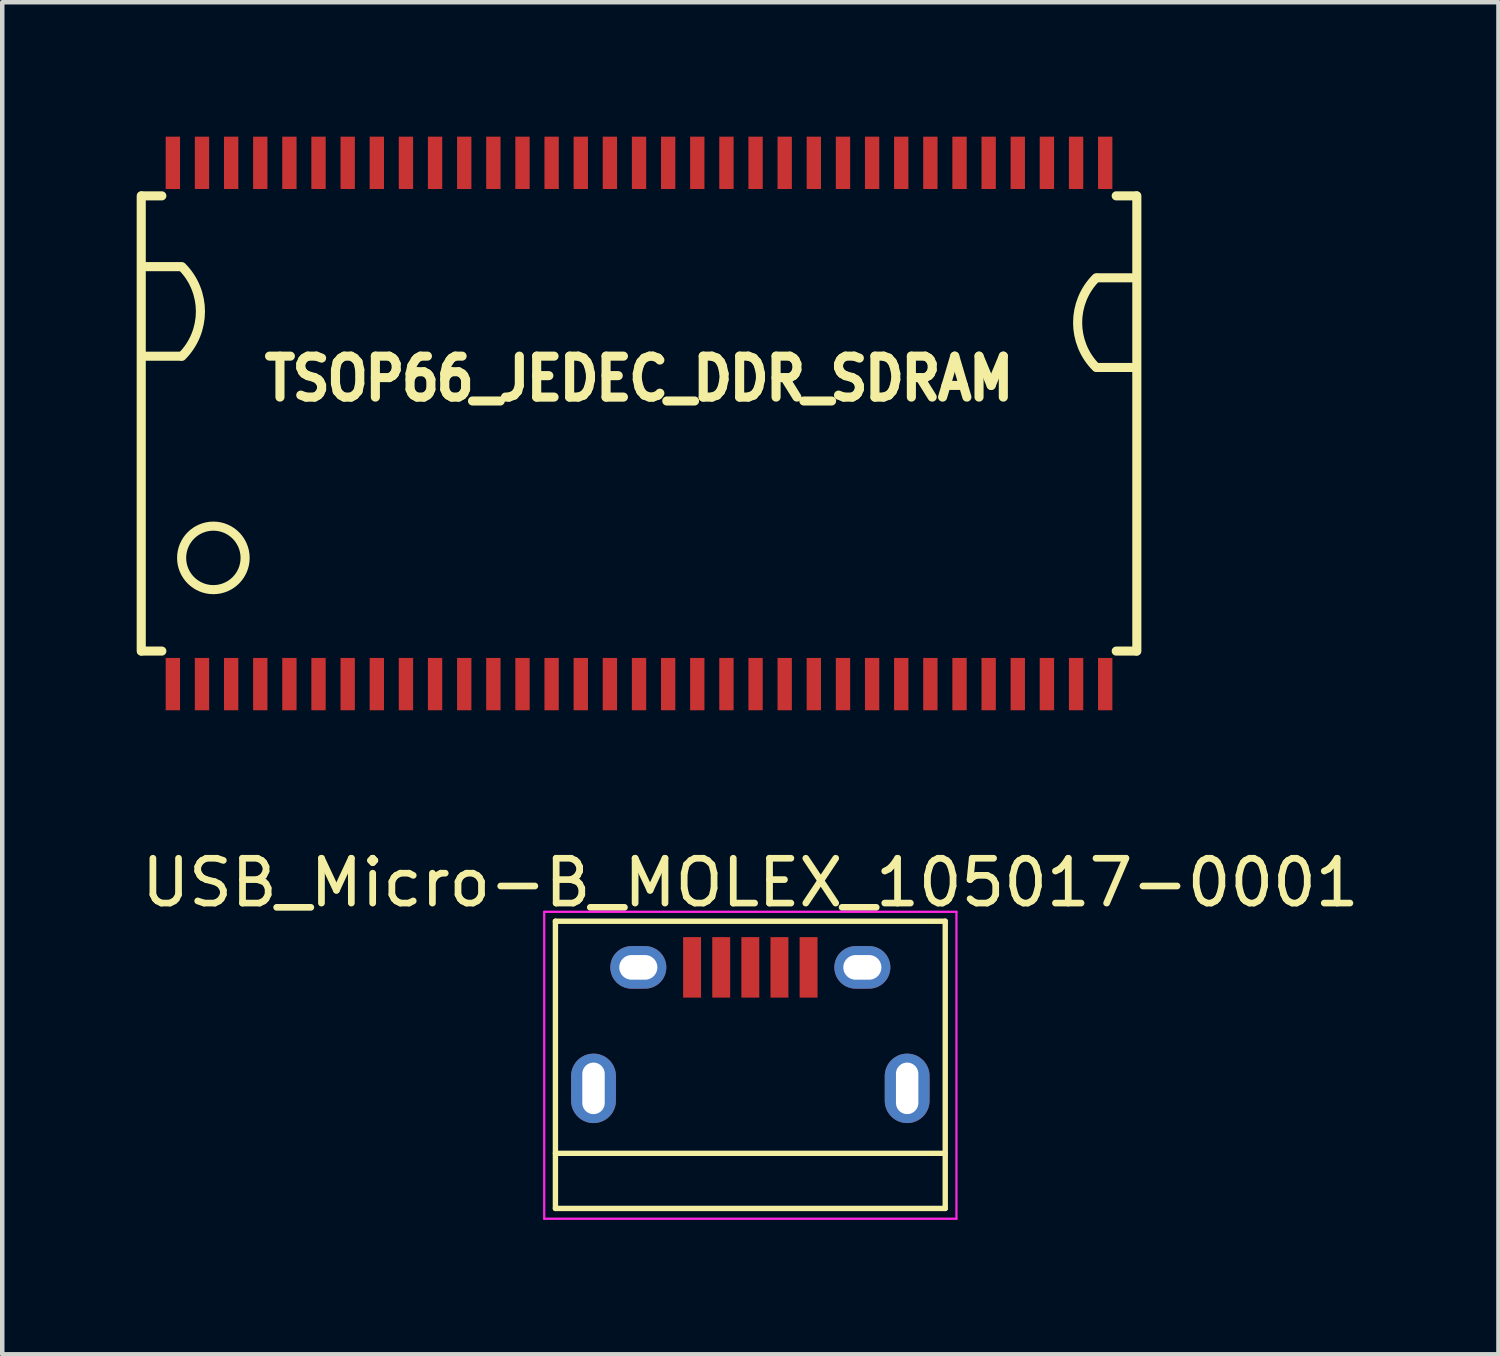
<source format=kicad_pcb>
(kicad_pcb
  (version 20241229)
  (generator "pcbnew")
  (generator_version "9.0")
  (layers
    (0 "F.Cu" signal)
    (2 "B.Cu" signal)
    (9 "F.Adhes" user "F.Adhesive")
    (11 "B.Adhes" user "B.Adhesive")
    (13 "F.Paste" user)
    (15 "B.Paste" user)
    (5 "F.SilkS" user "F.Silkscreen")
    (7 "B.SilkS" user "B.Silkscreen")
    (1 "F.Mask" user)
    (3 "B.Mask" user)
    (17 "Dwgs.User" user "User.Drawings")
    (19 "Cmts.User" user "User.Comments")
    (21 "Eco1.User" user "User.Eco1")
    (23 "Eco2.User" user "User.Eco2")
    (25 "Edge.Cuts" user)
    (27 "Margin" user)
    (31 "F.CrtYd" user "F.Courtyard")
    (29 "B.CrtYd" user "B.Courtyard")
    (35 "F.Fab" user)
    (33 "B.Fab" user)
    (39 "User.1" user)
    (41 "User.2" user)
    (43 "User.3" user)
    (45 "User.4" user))
  (footprint "TSOP66_JEDEC_DDR_SDRAM"
    (layer "F.Cu")
    (at 11.212 6.401)
    (property "Reference" "TSOP66_JEDEC_DDR_SDRAM" (at 0 -1.001 0) (layer "F.SilkS") (effects (font (size 0.914 0.813) (thickness 0.203))))
    (attr smd)
    (fp_line (start -11.11 -5.08) (end -11.11 5.08) (stroke (width 0.203) (type solid)) (layer "F.SilkS"))
    (fp_line (start -11.1 -5.08) (end -10.65 -5.08) (stroke (width 0.203) (type solid)) (layer "F.SilkS"))
    (fp_line (start -11.1 5.08) (end -10.65 5.08) (stroke (width 0.203) (type solid)) (layer "F.SilkS"))
    (fp_line (start -10.249 -3.5) (end -11.001 -3.5) (stroke (width 0.203) (type solid)) (layer "F.SilkS"))
    (fp_line (start -10.249 -1.501) (end -11.001 -1.501) (stroke (width 0.203) (type solid)) (layer "F.SilkS"))
    (fp_line (start 10.249 -3.251) (end 11.001 -3.251) (stroke (width 0.203) (type solid)) (layer "F.SilkS"))
    (fp_line (start 10.249 -1.25) (end 11.001 -1.25) (stroke (width 0.203) (type solid)) (layer "F.SilkS"))
    (fp_line (start 11.1 -5.08) (end 10.65 -5.08) (stroke (width 0.203) (type solid)) (layer "F.SilkS"))
    (fp_line (start 11.1 5.08) (end 10.65 5.08) (stroke (width 0.203) (type solid)) (layer "F.SilkS"))
    (fp_line (start 11.11 -5.08) (end 11.11 5.08) (stroke (width 0.203) (type solid)) (layer "F.SilkS"))
    (fp_arc (start -10.20318 -3.50012) (mid -9.788652 -2.49936) (end -10.20318 -1.4986) (stroke (width 0.2032) (type solid)) (layer "F.SilkS"))
    (fp_arc (start 10.20318 -1.24968) (mid 9.788652 -2.25044) (end 10.20318 -3.2512) (stroke (width 0.2032) (type solid)) (layer "F.SilkS"))
    (fp_circle (center -9.5 3) (end -8.999 2.499) (stroke (width 0.203) (type solid)) (fill no) (layer "F.SilkS"))
    (pad "1" smd rect (at -10.404 5.817) (size 0.32 1.168) (layers "F.Cu" "F.Mask" "F.Paste"))
    (pad "2" smd rect (at -9.754 5.817) (size 0.32 1.168) (layers "F.Cu" "F.Mask" "F.Paste"))
    (pad "3" smd rect (at -9.103 5.817) (size 0.32 1.168) (layers "F.Cu" "F.Mask" "F.Paste"))
    (pad "4" smd rect (at -8.453 5.817) (size 0.32 1.168) (layers "F.Cu" "F.Mask" "F.Paste"))
    (pad "5" smd rect (at -7.803 5.817) (size 0.32 1.168) (layers "F.Cu" "F.Mask" "F.Paste"))
    (pad "6" smd rect (at -7.153 5.817) (size 0.32 1.168) (layers "F.Cu" "F.Mask" "F.Paste"))
    (pad "7" smd rect (at -6.502 5.817) (size 0.32 1.168) (layers "F.Cu" "F.Mask" "F.Paste"))
    (pad "8" smd rect (at -5.852 5.817) (size 0.32 1.168) (layers "F.Cu" "F.Mask" "F.Paste"))
    (pad "9" smd rect (at -5.202 5.817) (size 0.32 1.168) (layers "F.Cu" "F.Mask" "F.Paste"))
    (pad "10" smd rect (at -4.552 5.817) (size 0.32 1.168) (layers "F.Cu" "F.Mask" "F.Paste"))
    (pad "11" smd rect (at -3.901 5.817) (size 0.32 1.168) (layers "F.Cu" "F.Mask" "F.Paste"))
    (pad "12" smd rect (at -3.251 5.817) (size 0.32 1.168) (layers "F.Cu" "F.Mask" "F.Paste"))
    (pad "13" smd rect (at -2.601 5.817) (size 0.32 1.168) (layers "F.Cu" "F.Mask" "F.Paste"))
    (pad "14" smd rect (at -1.951 5.817) (size 0.32 1.168) (layers "F.Cu" "F.Mask" "F.Paste"))
    (pad "15" smd rect (at -1.3 5.817) (size 0.32 1.168) (layers "F.Cu" "F.Mask" "F.Paste"))
    (pad "16" smd rect (at -0.65 5.817) (size 0.32 1.168) (layers "F.Cu" "F.Mask" "F.Paste"))
    (pad "17" smd rect (at 0 5.817) (size 0.32 1.168) (layers "F.Cu" "F.Mask" "F.Paste"))
    (pad "18" smd rect (at 0.65 5.817) (size 0.32 1.168) (layers "F.Cu" "F.Mask" "F.Paste"))
    (pad "19" smd rect (at 1.3 5.817) (size 0.32 1.168) (layers "F.Cu" "F.Mask" "F.Paste"))
    (pad "20" smd rect (at 1.951 5.817) (size 0.32 1.168) (layers "F.Cu" "F.Mask" "F.Paste"))
    (pad "21" smd rect (at 2.601 5.817) (size 0.32 1.168) (layers "F.Cu" "F.Mask" "F.Paste"))
    (pad "22" smd rect (at 3.251 5.817) (size 0.32 1.168) (layers "F.Cu" "F.Mask" "F.Paste"))
    (pad "23" smd rect (at 3.901 5.817) (size 0.32 1.168) (layers "F.Cu" "F.Mask" "F.Paste"))
    (pad "24" smd rect (at 4.552 5.817) (size 0.32 1.168) (layers "F.Cu" "F.Mask" "F.Paste"))
    (pad "25" smd rect (at 5.202 5.817) (size 0.32 1.168) (layers "F.Cu" "F.Mask" "F.Paste"))
    (pad "26" smd rect (at 5.852 5.817) (size 0.32 1.168) (layers "F.Cu" "F.Mask" "F.Paste"))
    (pad "27" smd rect (at 6.502 5.817) (size 0.32 1.168) (layers "F.Cu" "F.Mask" "F.Paste"))
    (pad "28" smd rect (at 7.153 5.817) (size 0.32 1.168) (layers "F.Cu" "F.Mask" "F.Paste"))
    (pad "29" smd rect (at 7.803 5.817) (size 0.32 1.168) (layers "F.Cu" "F.Mask" "F.Paste"))
    (pad "30" smd rect (at 8.453 5.817) (size 0.32 1.168) (layers "F.Cu" "F.Mask" "F.Paste"))
    (pad "31" smd rect (at 9.103 5.817) (size 0.32 1.168) (layers "F.Cu" "F.Mask" "F.Paste"))
    (pad "32" smd rect (at 9.754 5.817) (size 0.32 1.168) (layers "F.Cu" "F.Mask" "F.Paste"))
    (pad "33" smd rect (at 10.404 5.817) (size 0.32 1.168) (layers "F.Cu" "F.Mask" "F.Paste"))
    (pad "34" smd rect (at 10.404 -5.817) (size 0.32 1.168) (layers "F.Cu" "F.Mask" "F.Paste"))
    (pad "35" smd rect (at 9.754 -5.817) (size 0.32 1.168) (layers "F.Cu" "F.Mask" "F.Paste"))
    (pad "36" smd rect (at 9.103 -5.817) (size 0.32 1.168) (layers "F.Cu" "F.Mask" "F.Paste"))
    (pad "37" smd rect (at 8.453 -5.817) (size 0.32 1.168) (layers "F.Cu" "F.Mask" "F.Paste"))
    (pad "38" smd rect (at 7.803 -5.817) (size 0.32 1.168) (layers "F.Cu" "F.Mask" "F.Paste"))
    (pad "39" smd rect (at 7.153 -5.817) (size 0.32 1.168) (layers "F.Cu" "F.Mask" "F.Paste"))
    (pad "40" smd rect (at 6.502 -5.817) (size 0.32 1.168) (layers "F.Cu" "F.Mask" "F.Paste"))
    (pad "41" smd rect (at 5.852 -5.817) (size 0.32 1.168) (layers "F.Cu" "F.Mask" "F.Paste"))
    (pad "42" smd rect (at 5.202 -5.817) (size 0.32 1.168) (layers "F.Cu" "F.Mask" "F.Paste"))
    (pad "43" smd rect (at 4.552 -5.817) (size 0.32 1.168) (layers "F.Cu" "F.Mask" "F.Paste"))
    (pad "44" smd rect (at 3.901 -5.817) (size 0.32 1.168) (layers "F.Cu" "F.Mask" "F.Paste"))
    (pad "45" smd rect (at 3.251 -5.817) (size 0.32 1.168) (layers "F.Cu" "F.Mask" "F.Paste"))
    (pad "46" smd rect (at 2.601 -5.817) (size 0.32 1.168) (layers "F.Cu" "F.Mask" "F.Paste"))
    (pad "47" smd rect (at 1.951 -5.817) (size 0.32 1.168) (layers "F.Cu" "F.Mask" "F.Paste"))
    (pad "48" smd rect (at 1.3 -5.817) (size 0.32 1.168) (layers "F.Cu" "F.Mask" "F.Paste"))
    (pad "49" smd rect (at 0.65 -5.817) (size 0.32 1.168) (layers "F.Cu" "F.Mask" "F.Paste"))
    (pad "50" smd rect (at 0 -5.817) (size 0.32 1.168) (layers "F.Cu" "F.Mask" "F.Paste"))
    (pad "51" smd rect (at -0.65 -5.817) (size 0.32 1.168) (layers "F.Cu" "F.Mask" "F.Paste"))
    (pad "52" smd rect (at -1.3 -5.817) (size 0.32 1.168) (layers "F.Cu" "F.Mask" "F.Paste"))
    (pad "53" smd rect (at -1.951 -5.817) (size 0.32 1.168) (layers "F.Cu" "F.Mask" "F.Paste"))
    (pad "54" smd rect (at -2.601 -5.817) (size 0.32 1.168) (layers "F.Cu" "F.Mask" "F.Paste"))
    (pad "55" smd rect (at -3.251 -5.817) (size 0.32 1.168) (layers "F.Cu" "F.Mask" "F.Paste"))
    (pad "56" smd rect (at -3.901 -5.817) (size 0.32 1.168) (layers "F.Cu" "F.Mask" "F.Paste"))
    (pad "57" smd rect (at -4.552 -5.817) (size 0.32 1.168) (layers "F.Cu" "F.Mask" "F.Paste"))
    (pad "58" smd rect (at -5.202 -5.817) (size 0.32 1.168) (layers "F.Cu" "F.Mask" "F.Paste"))
    (pad "59" smd rect (at -5.852 -5.817) (size 0.32 1.168) (layers "F.Cu" "F.Mask" "F.Paste"))
    (pad "60" smd rect (at -6.502 -5.817) (size 0.32 1.168) (layers "F.Cu" "F.Mask" "F.Paste"))
    (pad "61" smd rect (at -7.153 -5.817) (size 0.32 1.168) (layers "F.Cu" "F.Mask" "F.Paste"))
    (pad "62" smd rect (at -7.803 -5.817) (size 0.32 1.168) (layers "F.Cu" "F.Mask" "F.Paste"))
    (pad "63" smd rect (at -8.453 -5.817) (size 0.32 1.168) (layers "F.Cu" "F.Mask" "F.Paste"))
    (pad "64" smd rect (at -9.103 -5.817) (size 0.32 1.168) (layers "F.Cu" "F.Mask" "F.Paste"))
    (pad "65" smd rect (at -9.754 -5.817) (size 0.32 1.168) (layers "F.Cu" "F.Mask" "F.Paste"))
    (pad "66" smd rect (at -10.404 -5.817) (size 0.32 1.168) (layers "F.Cu" "F.Mask" "F.Paste")))
  (footprint "USB_Micro-B_MOLEX_105017-0001"
    (layer "F.Cu")
    (at 13.696 19.89)
    (property "Reference" "USB_Micro-B_MOLEX_105017-0001" (at 0 -3.24 0) (layer "F.SilkS") (effects (font (size 1 1) (thickness 0.15))))
    (attr smd)
    (fp_line (start -4.35 -2.38) (end 4.35 -2.38) (stroke (width 0.12) (type solid)) (layer "F.SilkS"))
    (fp_line (start -4.35 4.03) (end -4.35 -2.38) (stroke (width 0.12) (type solid)) (layer "F.SilkS"))
    (fp_line (start -4.35 4.03) (end 4.35 4.03) (stroke (width 0.12) (type solid)) (layer "F.SilkS"))
    (fp_line (start 4.35 -2.38) (end 4.35 4.03) (stroke (width 0.12) (type solid)) (layer "F.SilkS"))
    (fp_line (start 4.35 2.8) (end -4.35 2.8) (stroke (width 0.12) (type solid)) (layer "F.SilkS"))
    (fp_line (start -4.6 -2.59) (end 4.6 -2.59) (stroke (width 0.05) (type solid)) (layer "F.CrtYd"))
    (fp_line (start -4.6 4.26) (end -4.6 -2.59) (stroke (width 0.05) (type solid)) (layer "F.CrtYd"))
    (fp_line (start 4.6 -2.59) (end 4.6 4.26) (stroke (width 0.05) (type solid)) (layer "F.CrtYd"))
    (fp_line (start 4.6 4.26) (end -4.6 4.26) (stroke (width 0.05) (type solid)) (layer "F.CrtYd"))
    (pad "1" smd rect (at -1.3 -1.35 90) (size 1.35 0.4) (layers "F.Cu" "F.Mask" "F.Paste"))
    (pad "2" smd rect (at -0.65 -1.35 90) (size 1.35 0.4) (layers "F.Cu" "F.Mask" "F.Paste"))
    (pad "3" smd rect (at 0 -1.35 90) (size 1.35 0.4) (layers "F.Cu" "F.Mask" "F.Paste"))
    (pad "4" smd rect (at 0.65 -1.35 90) (size 1.35 0.4) (layers "F.Cu" "F.Mask" "F.Paste"))
    (pad "5" smd rect (at 1.3 -1.35 90) (size 1.35 0.4) (layers "F.Cu" "F.Mask" "F.Paste"))
    (pad "6" thru_hole oval (at -3.5 1.35 90) (size 1.55 1) (drill oval 1.15 0.5) (layers "*.Cu" "*.Mask"))
    (pad "6" thru_hole oval (at -2.5 -1.35 90) (size 0.95 1.25) (drill oval 0.55 0.85) (layers "*.Cu" "*.Mask"))
    (pad "6" thru_hole oval (at 2.5 -1.35 90) (size 0.95 1.25) (drill oval 0.55 0.85) (layers "*.Cu" "*.Mask"))
    (pad "6" thru_hole oval (at 3.5 1.35 90) (size 1.55 1) (drill oval 1.15 0.5) (layers "*.Cu" "*.Mask")))
  (gr_rect
    (start -3 -3)
    (end 30.393 27.175)
    (stroke (width 0.1) (type default))
    (fill no)
    (layer "Edge.Cuts")))
</source>
